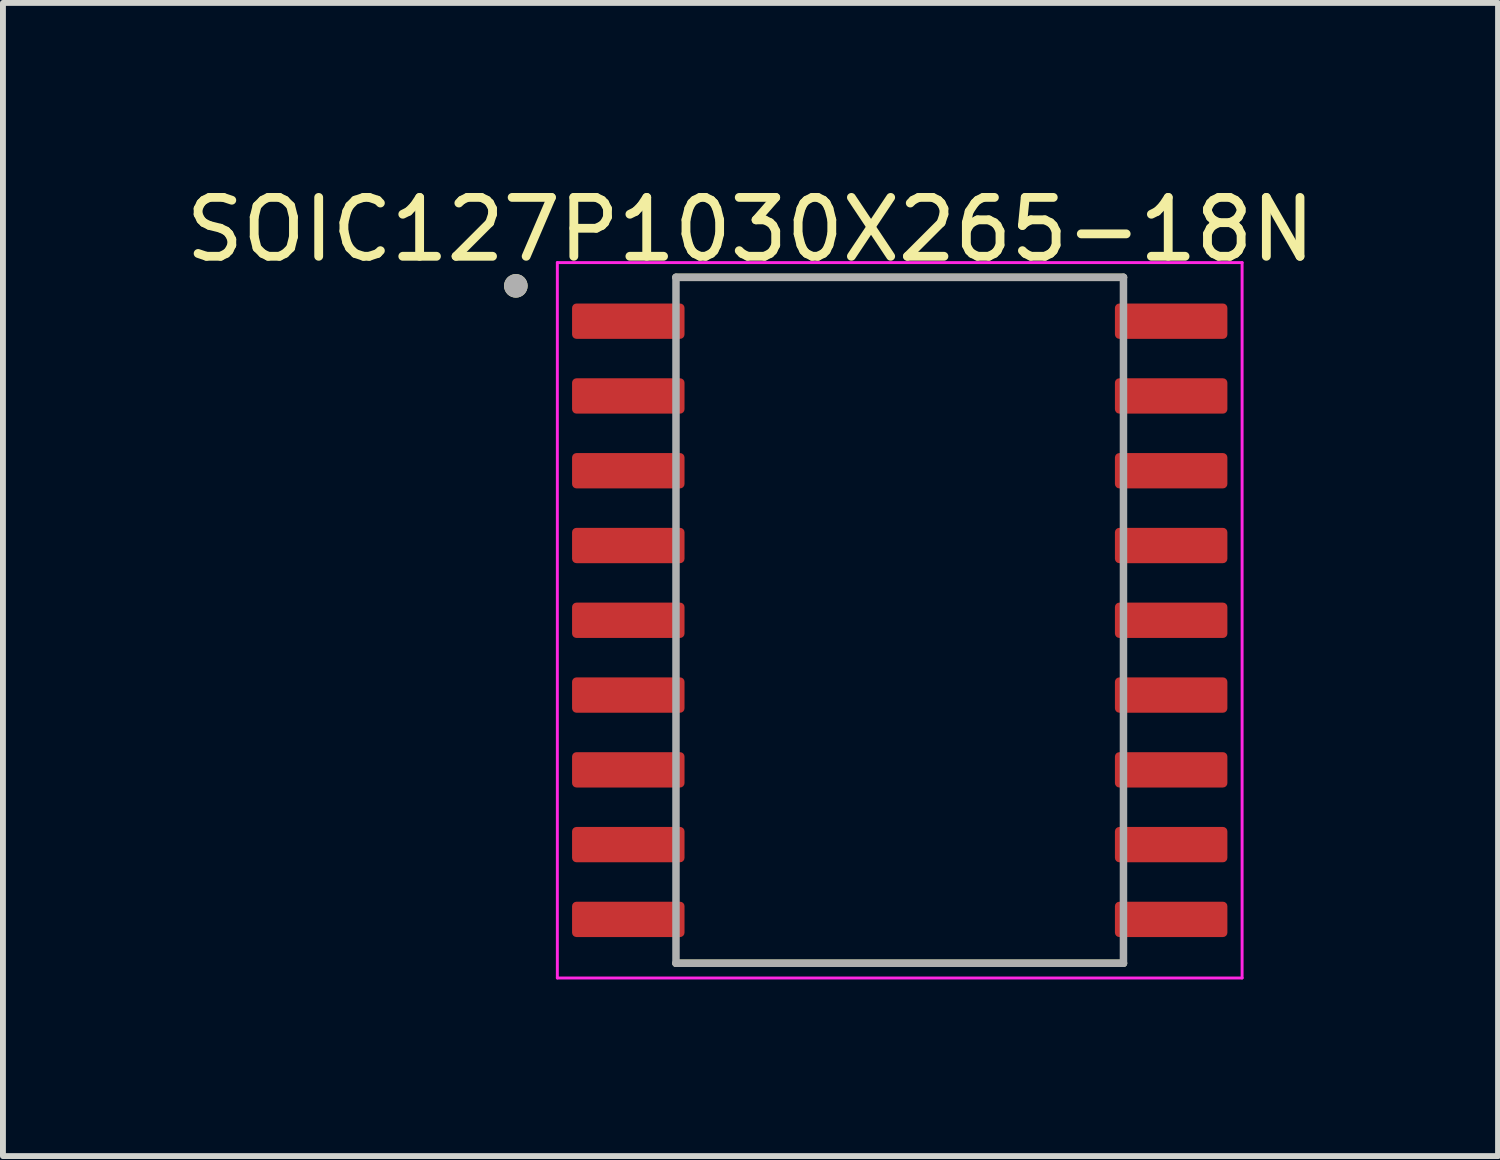
<source format=kicad_pcb>
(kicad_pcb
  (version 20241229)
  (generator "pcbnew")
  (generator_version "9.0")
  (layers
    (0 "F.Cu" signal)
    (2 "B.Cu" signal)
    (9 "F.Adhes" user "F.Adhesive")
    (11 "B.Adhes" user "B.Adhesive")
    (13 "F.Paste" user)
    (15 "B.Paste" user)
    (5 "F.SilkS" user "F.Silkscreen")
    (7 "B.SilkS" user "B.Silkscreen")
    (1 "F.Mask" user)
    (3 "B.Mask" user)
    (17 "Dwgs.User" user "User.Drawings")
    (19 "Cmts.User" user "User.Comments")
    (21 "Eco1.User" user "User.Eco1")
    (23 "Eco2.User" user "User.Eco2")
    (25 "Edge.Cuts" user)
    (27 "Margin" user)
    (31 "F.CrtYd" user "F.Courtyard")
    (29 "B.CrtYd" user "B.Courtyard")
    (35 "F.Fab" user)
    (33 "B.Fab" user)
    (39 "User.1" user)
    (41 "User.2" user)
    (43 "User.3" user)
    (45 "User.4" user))
  (footprint "SOIC127P1030X265-18N"
    (layer "F.Cu")
    (at 12.231 7.485)
    (property "Reference" "SOIC127P1030X265-18N" (at -2.535 -6.637 0) (layer "F.SilkS") (effects (font (size 1 1) (thickness 0.15))))
    (attr smd)
    (fp_line (start -3.8 -5.825) (end 3.8 -5.825) (stroke (width 0.127) (type solid)) (layer "F.SilkS"))
    (fp_line (start -3.8 5.825) (end 3.8 5.825) (stroke (width 0.127) (type solid)) (layer "F.SilkS"))
    (fp_circle (center -6.52 -5.68) (end -6.42 -5.68) (stroke (width 0.2) (type solid)) (fill no) (layer "F.SilkS"))
    (fp_line (start -5.815 -6.075) (end -5.815 6.075) (stroke (width 0.05) (type solid)) (layer "F.CrtYd"))
    (fp_line (start -5.815 -6.075) (end 5.815 -6.075) (stroke (width 0.05) (type solid)) (layer "F.CrtYd"))
    (fp_line (start -5.815 6.075) (end 5.815 6.075) (stroke (width 0.05) (type solid)) (layer "F.CrtYd"))
    (fp_line (start 5.815 -6.075) (end 5.815 6.075) (stroke (width 0.05) (type solid)) (layer "F.CrtYd"))
    (fp_line (start -3.8 -5.825) (end -3.8 5.825) (stroke (width 0.127) (type solid)) (layer "F.Fab"))
    (fp_line (start -3.8 -5.825) (end 3.8 -5.825) (stroke (width 0.127) (type solid)) (layer "F.Fab"))
    (fp_line (start -3.8 5.825) (end 3.8 5.825) (stroke (width 0.127) (type solid)) (layer "F.Fab"))
    (fp_line (start 3.8 -5.825) (end 3.8 5.825) (stroke (width 0.127) (type solid)) (layer "F.Fab"))
    (fp_circle (center -6.52 -5.68) (end -6.42 -5.68) (stroke (width 0.2) (type solid)) (fill no) (layer "F.Fab"))
    (pad "1" smd roundrect (at -4.61 -5.08) (size 1.91 0.6) (layers "F.Cu" "F.Mask" "F.Paste") (roundrect_rratio 0.125))
    (pad "2" smd roundrect (at -4.61 -3.81) (size 1.91 0.6) (layers "F.Cu" "F.Mask" "F.Paste") (roundrect_rratio 0.125))
    (pad "3" smd roundrect (at -4.61 -2.54) (size 1.91 0.6) (layers "F.Cu" "F.Mask" "F.Paste") (roundrect_rratio 0.125))
    (pad "4" smd roundrect (at -4.61 -1.27) (size 1.91 0.6) (layers "F.Cu" "F.Mask" "F.Paste") (roundrect_rratio 0.125))
    (pad "5" smd roundrect (at -4.61 0) (size 1.91 0.6) (layers "F.Cu" "F.Mask" "F.Paste") (roundrect_rratio 0.125))
    (pad "6" smd roundrect (at -4.61 1.27) (size 1.91 0.6) (layers "F.Cu" "F.Mask" "F.Paste") (roundrect_rratio 0.125))
    (pad "7" smd roundrect (at -4.61 2.54) (size 1.91 0.6) (layers "F.Cu" "F.Mask" "F.Paste") (roundrect_rratio 0.125))
    (pad "8" smd roundrect (at -4.61 3.81) (size 1.91 0.6) (layers "F.Cu" "F.Mask" "F.Paste") (roundrect_rratio 0.125))
    (pad "9" smd roundrect (at -4.61 5.08) (size 1.91 0.6) (layers "F.Cu" "F.Mask" "F.Paste") (roundrect_rratio 0.125))
    (pad "10" smd roundrect (at 4.61 5.08) (size 1.91 0.6) (layers "F.Cu" "F.Mask" "F.Paste") (roundrect_rratio 0.125))
    (pad "11" smd roundrect (at 4.61 3.81) (size 1.91 0.6) (layers "F.Cu" "F.Mask" "F.Paste") (roundrect_rratio 0.125))
    (pad "12" smd roundrect (at 4.61 2.54) (size 1.91 0.6) (layers "F.Cu" "F.Mask" "F.Paste") (roundrect_rratio 0.125))
    (pad "13" smd roundrect (at 4.61 1.27) (size 1.91 0.6) (layers "F.Cu" "F.Mask" "F.Paste") (roundrect_rratio 0.125))
    (pad "14" smd roundrect (at 4.61 0) (size 1.91 0.6) (layers "F.Cu" "F.Mask" "F.Paste") (roundrect_rratio 0.125))
    (pad "15" smd roundrect (at 4.61 -1.27) (size 1.91 0.6) (layers "F.Cu" "F.Mask" "F.Paste") (roundrect_rratio 0.125))
    (pad "16" smd roundrect (at 4.61 -2.54) (size 1.91 0.6) (layers "F.Cu" "F.Mask" "F.Paste") (roundrect_rratio 0.125))
    (pad "17" smd roundrect (at 4.61 -3.81) (size 1.91 0.6) (layers "F.Cu" "F.Mask" "F.Paste") (roundrect_rratio 0.125))
    (pad "18" smd roundrect (at 4.61 -5.08) (size 1.91 0.6) (layers "F.Cu" "F.Mask" "F.Paste") (roundrect_rratio 0.125)))
  (gr_rect
    (start -3 -3)
    (end 22.393 16.585)
    (stroke (width 0.1) (type default))
    (fill no)
    (layer "Edge.Cuts")))
</source>
